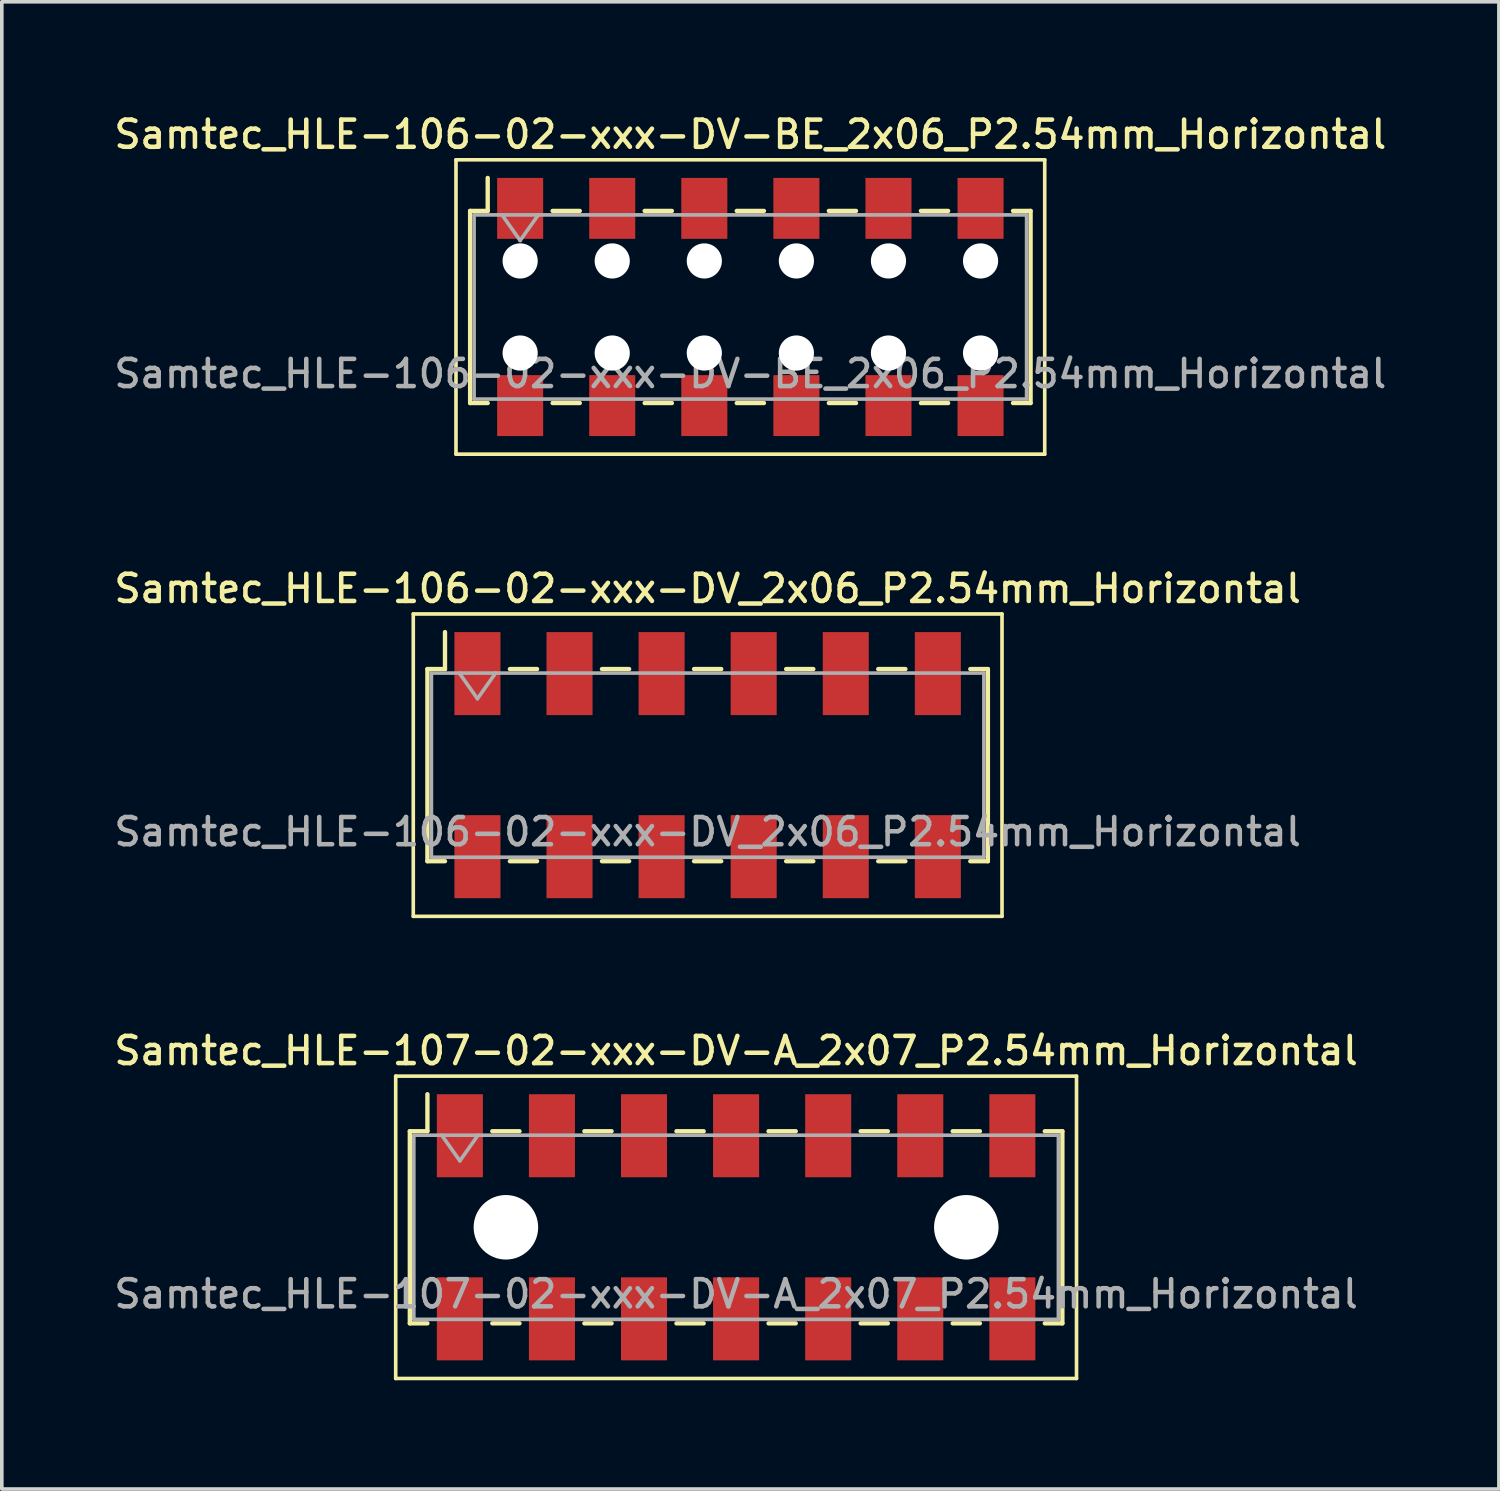
<source format=kicad_pcb>
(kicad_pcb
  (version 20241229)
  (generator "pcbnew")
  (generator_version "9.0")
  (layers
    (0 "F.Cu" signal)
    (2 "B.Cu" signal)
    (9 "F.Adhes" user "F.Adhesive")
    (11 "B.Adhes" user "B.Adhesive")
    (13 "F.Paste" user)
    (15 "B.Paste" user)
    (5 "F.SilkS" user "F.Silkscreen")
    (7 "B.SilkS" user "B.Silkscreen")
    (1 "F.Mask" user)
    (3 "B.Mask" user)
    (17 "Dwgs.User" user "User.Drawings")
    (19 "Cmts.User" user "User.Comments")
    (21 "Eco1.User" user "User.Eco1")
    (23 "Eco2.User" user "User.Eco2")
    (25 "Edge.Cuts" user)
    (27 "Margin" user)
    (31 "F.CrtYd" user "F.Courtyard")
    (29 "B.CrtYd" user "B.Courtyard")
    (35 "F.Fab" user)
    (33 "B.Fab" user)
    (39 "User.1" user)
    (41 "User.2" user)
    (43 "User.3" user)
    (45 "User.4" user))
  (footprint "Samtec_HLE-106-02-xxx-DV-BE_2x06_P2.54mm_Horizontal"
    (layer "F.Cu")
    (at 17.648 5.418)
    (property "Reference" "Samtec_HLE-106-02-xxx-DV-BE_2x06_P2.54mm_Horizontal" (at 0 -4.76 0) (layer "F.SilkS") (effects (font (size 0.75 0.75) (thickness 0.125))))
    (attr smd)
    (fp_line (start -8.12 -4.06) (end 8.12 -4.06) (stroke (width 0.1) (type solid)) (layer "F.SilkS"))
    (fp_line (start -8.12 4.06) (end -8.12 -4.06) (stroke (width 0.1) (type solid)) (layer "F.SilkS"))
    (fp_line (start -7.73 -2.65) (end -7.73 2.65) (stroke (width 0.12) (type solid)) (layer "F.SilkS"))
    (fp_line (start -7.73 2.65) (end -7.245 2.65) (stroke (width 0.12) (type solid)) (layer "F.SilkS"))
    (fp_line (start -7.245 -3.56) (end -7.245 -2.65) (stroke (width 0.12) (type solid)) (layer "F.SilkS"))
    (fp_line (start -7.245 -2.65) (end -7.73 -2.65) (stroke (width 0.12) (type solid)) (layer "F.SilkS"))
    (fp_line (start -5.455 -2.65) (end -4.705 -2.65) (stroke (width 0.12) (type solid)) (layer "F.SilkS"))
    (fp_line (start -5.455 2.65) (end -4.705 2.65) (stroke (width 0.12) (type solid)) (layer "F.SilkS"))
    (fp_line (start -2.915 -2.65) (end -2.165 -2.65) (stroke (width 0.12) (type solid)) (layer "F.SilkS"))
    (fp_line (start -2.915 2.65) (end -2.165 2.65) (stroke (width 0.12) (type solid)) (layer "F.SilkS"))
    (fp_line (start -0.375 -2.65) (end 0.375 -2.65) (stroke (width 0.12) (type solid)) (layer "F.SilkS"))
    (fp_line (start -0.375 2.65) (end 0.375 2.65) (stroke (width 0.12) (type solid)) (layer "F.SilkS"))
    (fp_line (start 2.165 -2.65) (end 2.915 -2.65) (stroke (width 0.12) (type solid)) (layer "F.SilkS"))
    (fp_line (start 2.165 2.65) (end 2.915 2.65) (stroke (width 0.12) (type solid)) (layer "F.SilkS"))
    (fp_line (start 4.705 -2.65) (end 5.455 -2.65) (stroke (width 0.12) (type solid)) (layer "F.SilkS"))
    (fp_line (start 4.705 2.65) (end 5.455 2.65) (stroke (width 0.12) (type solid)) (layer "F.SilkS"))
    (fp_line (start 7.245 -2.65) (end 7.73 -2.65) (stroke (width 0.12) (type solid)) (layer "F.SilkS"))
    (fp_line (start 7.73 -2.65) (end 7.73 2.65) (stroke (width 0.12) (type solid)) (layer "F.SilkS"))
    (fp_line (start 7.73 2.65) (end 7.245 2.65) (stroke (width 0.12) (type solid)) (layer "F.SilkS"))
    (fp_line (start 8.12 -4.06) (end 8.12 4.06) (stroke (width 0.1) (type solid)) (layer "F.SilkS"))
    (fp_line (start 8.12 4.06) (end -8.12 4.06) (stroke (width 0.1) (type solid)) (layer "F.SilkS"))
    (fp_line (start -7.62 -2.54) (end 7.62 -2.54) (stroke (width 0.1) (type solid)) (layer "F.Fab"))
    (fp_line (start -7.62 2.54) (end -7.62 -2.54) (stroke (width 0.1) (type solid)) (layer "F.Fab"))
    (fp_line (start -6.85 -2.54) (end -6.35 -1.833) (stroke (width 0.1) (type solid)) (layer "F.Fab"))
    (fp_line (start -6.35 -1.833) (end -5.85 -2.54) (stroke (width 0.1) (type solid)) (layer "F.Fab"))
    (fp_line (start 7.62 -2.54) (end 7.62 2.54) (stroke (width 0.1) (type solid)) (layer "F.Fab"))
    (fp_line (start 7.62 2.54) (end -7.62 2.54) (stroke (width 0.1) (type solid)) (layer "F.Fab"))
    (fp_text user "${REFERENCE}" (at 0 1.84 0) (layer "F.Fab") (effects (font (size 0.75 0.75) (thickness 0.125))))
    (pad "" np_thru_hole circle (at -6.35 -1.27) (size 0.97 0.97) (drill 0.97) (layers "*.Cu" "*.Mask"))
    (pad "" np_thru_hole circle (at -6.35 1.27) (size 0.97 0.97) (drill 0.97) (layers "*.Cu" "*.Mask"))
    (pad "" np_thru_hole circle (at -3.81 -1.27) (size 0.97 0.97) (drill 0.97) (layers "*.Cu" "*.Mask"))
    (pad "" np_thru_hole circle (at -3.81 1.27) (size 0.97 0.97) (drill 0.97) (layers "*.Cu" "*.Mask"))
    (pad "" np_thru_hole circle (at -1.27 -1.27) (size 0.97 0.97) (drill 0.97) (layers "*.Cu" "*.Mask"))
    (pad "" np_thru_hole circle (at -1.27 1.27) (size 0.97 0.97) (drill 0.97) (layers "*.Cu" "*.Mask"))
    (pad "" np_thru_hole circle (at 1.27 -1.27) (size 0.97 0.97) (drill 0.97) (layers "*.Cu" "*.Mask"))
    (pad "" np_thru_hole circle (at 1.27 1.27) (size 0.97 0.97) (drill 0.97) (layers "*.Cu" "*.Mask"))
    (pad "" np_thru_hole circle (at 3.81 -1.27) (size 0.97 0.97) (drill 0.97) (layers "*.Cu" "*.Mask"))
    (pad "" np_thru_hole circle (at 3.81 1.27) (size 0.97 0.97) (drill 0.97) (layers "*.Cu" "*.Mask"))
    (pad "" np_thru_hole circle (at 6.35 -1.27) (size 0.97 0.97) (drill 0.97) (layers "*.Cu" "*.Mask"))
    (pad "" np_thru_hole circle (at 6.35 1.27) (size 0.97 0.97) (drill 0.97) (layers "*.Cu" "*.Mask"))
    (pad "1" smd rect (at -6.35 -2.72) (size 1.27 1.68) (layers "F.Cu" "F.Mask" "F.Paste"))
    (pad "2" smd rect (at -6.35 2.72) (size 1.27 1.68) (layers "F.Cu" "F.Mask" "F.Paste"))
    (pad "3" smd rect (at -3.81 -2.72) (size 1.27 1.68) (layers "F.Cu" "F.Mask" "F.Paste"))
    (pad "4" smd rect (at -3.81 2.72) (size 1.27 1.68) (layers "F.Cu" "F.Mask" "F.Paste"))
    (pad "5" smd rect (at -1.27 -2.72) (size 1.27 1.68) (layers "F.Cu" "F.Mask" "F.Paste"))
    (pad "6" smd rect (at -1.27 2.72) (size 1.27 1.68) (layers "F.Cu" "F.Mask" "F.Paste"))
    (pad "7" smd rect (at 1.27 -2.72) (size 1.27 1.68) (layers "F.Cu" "F.Mask" "F.Paste"))
    (pad "8" smd rect (at 1.27 2.72) (size 1.27 1.68) (layers "F.Cu" "F.Mask" "F.Paste"))
    (pad "9" smd rect (at 3.81 -2.72) (size 1.27 1.68) (layers "F.Cu" "F.Mask" "F.Paste"))
    (pad "10" smd rect (at 3.81 2.72) (size 1.27 1.68) (layers "F.Cu" "F.Mask" "F.Paste"))
    (pad "11" smd rect (at 6.35 -2.72) (size 1.27 1.68) (layers "F.Cu" "F.Mask" "F.Paste"))
    (pad "12" smd rect (at 6.35 2.72) (size 1.27 1.68) (layers "F.Cu" "F.Mask" "F.Paste")))
  (footprint "Samtec_HLE-107-02-xxx-DV-A_2x07_P2.54mm_Horizontal"
    (layer "F.Cu")
    (at 17.255 30.804)
    (property "Reference" "Samtec_HLE-107-02-xxx-DV-A_2x07_P2.54mm_Horizontal" (at 0 -4.87 0) (layer "F.SilkS") (effects (font (size 0.75 0.75) (thickness 0.125))))
    (attr smd)
    (fp_line (start -9.39 -4.17) (end 9.39 -4.17) (stroke (width 0.1) (type solid)) (layer "F.SilkS"))
    (fp_line (start -9.39 4.17) (end -9.39 -4.17) (stroke (width 0.1) (type solid)) (layer "F.SilkS"))
    (fp_line (start -9 -2.65) (end -9 2.65) (stroke (width 0.12) (type solid)) (layer "F.SilkS"))
    (fp_line (start -9 2.65) (end -8.515 2.65) (stroke (width 0.12) (type solid)) (layer "F.SilkS"))
    (fp_line (start -8.515 -3.67) (end -8.515 -2.65) (stroke (width 0.12) (type solid)) (layer "F.SilkS"))
    (fp_line (start -8.515 -2.65) (end -9 -2.65) (stroke (width 0.12) (type solid)) (layer "F.SilkS"))
    (fp_line (start -6.725 -2.65) (end -5.975 -2.65) (stroke (width 0.12) (type solid)) (layer "F.SilkS"))
    (fp_line (start -6.725 2.65) (end -5.975 2.65) (stroke (width 0.12) (type solid)) (layer "F.SilkS"))
    (fp_line (start -4.185 -2.65) (end -3.435 -2.65) (stroke (width 0.12) (type solid)) (layer "F.SilkS"))
    (fp_line (start -4.185 2.65) (end -3.435 2.65) (stroke (width 0.12) (type solid)) (layer "F.SilkS"))
    (fp_line (start -1.645 -2.65) (end -0.895 -2.65) (stroke (width 0.12) (type solid)) (layer "F.SilkS"))
    (fp_line (start -1.645 2.65) (end -0.895 2.65) (stroke (width 0.12) (type solid)) (layer "F.SilkS"))
    (fp_line (start 0.895 -2.65) (end 1.645 -2.65) (stroke (width 0.12) (type solid)) (layer "F.SilkS"))
    (fp_line (start 0.895 2.65) (end 1.645 2.65) (stroke (width 0.12) (type solid)) (layer "F.SilkS"))
    (fp_line (start 3.435 -2.65) (end 4.185 -2.65) (stroke (width 0.12) (type solid)) (layer "F.SilkS"))
    (fp_line (start 3.435 2.65) (end 4.185 2.65) (stroke (width 0.12) (type solid)) (layer "F.SilkS"))
    (fp_line (start 5.975 -2.65) (end 6.725 -2.65) (stroke (width 0.12) (type solid)) (layer "F.SilkS"))
    (fp_line (start 5.975 2.65) (end 6.725 2.65) (stroke (width 0.12) (type solid)) (layer "F.SilkS"))
    (fp_line (start 8.515 -2.65) (end 9 -2.65) (stroke (width 0.12) (type solid)) (layer "F.SilkS"))
    (fp_line (start 9 -2.65) (end 9 2.65) (stroke (width 0.12) (type solid)) (layer "F.SilkS"))
    (fp_line (start 9 2.65) (end 8.515 2.65) (stroke (width 0.12) (type solid)) (layer "F.SilkS"))
    (fp_line (start 9.39 -4.17) (end 9.39 4.17) (stroke (width 0.1) (type solid)) (layer "F.SilkS"))
    (fp_line (start 9.39 4.17) (end -9.39 4.17) (stroke (width 0.1) (type solid)) (layer "F.SilkS"))
    (fp_line (start -8.89 -2.54) (end 8.89 -2.54) (stroke (width 0.1) (type solid)) (layer "F.Fab"))
    (fp_line (start -8.89 2.54) (end -8.89 -2.54) (stroke (width 0.1) (type solid)) (layer "F.Fab"))
    (fp_line (start -8.12 -2.54) (end -7.62 -1.833) (stroke (width 0.1) (type solid)) (layer "F.Fab"))
    (fp_line (start -7.62 -1.833) (end -7.12 -2.54) (stroke (width 0.1) (type solid)) (layer "F.Fab"))
    (fp_line (start 8.89 -2.54) (end 8.89 2.54) (stroke (width 0.1) (type solid)) (layer "F.Fab"))
    (fp_line (start 8.89 2.54) (end -8.89 2.54) (stroke (width 0.1) (type solid)) (layer "F.Fab"))
    (fp_text user "${REFERENCE}" (at 0 1.84 0) (layer "F.Fab") (effects (font (size 0.75 0.75) (thickness 0.125))))
    (pad "" np_thru_hole circle (at -6.35 0) (size 1.78 1.78) (drill 1.78) (layers "*.Cu" "*.Mask"))
    (pad "" np_thru_hole circle (at 6.35 0) (size 1.78 1.78) (drill 1.78) (layers "*.Cu" "*.Mask"))
    (pad "1" smd rect (at -7.62 -2.525) (size 1.27 2.29) (layers "F.Cu" "F.Mask" "F.Paste"))
    (pad "2" smd rect (at -7.62 2.525) (size 1.27 2.29) (layers "F.Cu" "F.Mask" "F.Paste"))
    (pad "3" smd rect (at -5.08 -2.525) (size 1.27 2.29) (layers "F.Cu" "F.Mask" "F.Paste"))
    (pad "4" smd rect (at -5.08 2.525) (size 1.27 2.29) (layers "F.Cu" "F.Mask" "F.Paste"))
    (pad "5" smd rect (at -2.54 -2.525) (size 1.27 2.29) (layers "F.Cu" "F.Mask" "F.Paste"))
    (pad "6" smd rect (at -2.54 2.525) (size 1.27 2.29) (layers "F.Cu" "F.Mask" "F.Paste"))
    (pad "7" smd rect (at 0 -2.525) (size 1.27 2.29) (layers "F.Cu" "F.Mask" "F.Paste"))
    (pad "8" smd rect (at 0 2.525) (size 1.27 2.29) (layers "F.Cu" "F.Mask" "F.Paste"))
    (pad "9" smd rect (at 2.54 -2.525) (size 1.27 2.29) (layers "F.Cu" "F.Mask" "F.Paste"))
    (pad "10" smd rect (at 2.54 2.525) (size 1.27 2.29) (layers "F.Cu" "F.Mask" "F.Paste"))
    (pad "11" smd rect (at 5.08 -2.525) (size 1.27 2.29) (layers "F.Cu" "F.Mask" "F.Paste"))
    (pad "12" smd rect (at 5.08 2.525) (size 1.27 2.29) (layers "F.Cu" "F.Mask" "F.Paste"))
    (pad "13" smd rect (at 7.62 -2.525) (size 1.27 2.29) (layers "F.Cu" "F.Mask" "F.Paste"))
    (pad "14" smd rect (at 7.62 2.525) (size 1.27 2.29) (layers "F.Cu" "F.Mask" "F.Paste")))
  (footprint "Samtec_HLE-106-02-xxx-DV_2x06_P2.54mm_Horizontal"
    (layer "F.Cu")
    (at 16.47 18.056)
    (property "Reference" "Samtec_HLE-106-02-xxx-DV_2x06_P2.54mm_Horizontal" (at 0 -4.87 0) (layer "F.SilkS") (effects (font (size 0.75 0.75) (thickness 0.125))))
    (attr smd)
    (fp_line (start -8.12 -4.17) (end 8.12 -4.17) (stroke (width 0.1) (type solid)) (layer "F.SilkS"))
    (fp_line (start -8.12 4.17) (end -8.12 -4.17) (stroke (width 0.1) (type solid)) (layer "F.SilkS"))
    (fp_line (start -7.73 -2.65) (end -7.73 2.65) (stroke (width 0.12) (type solid)) (layer "F.SilkS"))
    (fp_line (start -7.73 2.65) (end -7.245 2.65) (stroke (width 0.12) (type solid)) (layer "F.SilkS"))
    (fp_line (start -7.245 -3.67) (end -7.245 -2.65) (stroke (width 0.12) (type solid)) (layer "F.SilkS"))
    (fp_line (start -7.245 -2.65) (end -7.73 -2.65) (stroke (width 0.12) (type solid)) (layer "F.SilkS"))
    (fp_line (start -5.455 -2.65) (end -4.705 -2.65) (stroke (width 0.12) (type solid)) (layer "F.SilkS"))
    (fp_line (start -5.455 2.65) (end -4.705 2.65) (stroke (width 0.12) (type solid)) (layer "F.SilkS"))
    (fp_line (start -2.915 -2.65) (end -2.165 -2.65) (stroke (width 0.12) (type solid)) (layer "F.SilkS"))
    (fp_line (start -2.915 2.65) (end -2.165 2.65) (stroke (width 0.12) (type solid)) (layer "F.SilkS"))
    (fp_line (start -0.375 -2.65) (end 0.375 -2.65) (stroke (width 0.12) (type solid)) (layer "F.SilkS"))
    (fp_line (start -0.375 2.65) (end 0.375 2.65) (stroke (width 0.12) (type solid)) (layer "F.SilkS"))
    (fp_line (start 2.165 -2.65) (end 2.915 -2.65) (stroke (width 0.12) (type solid)) (layer "F.SilkS"))
    (fp_line (start 2.165 2.65) (end 2.915 2.65) (stroke (width 0.12) (type solid)) (layer "F.SilkS"))
    (fp_line (start 4.705 -2.65) (end 5.455 -2.65) (stroke (width 0.12) (type solid)) (layer "F.SilkS"))
    (fp_line (start 4.705 2.65) (end 5.455 2.65) (stroke (width 0.12) (type solid)) (layer "F.SilkS"))
    (fp_line (start 7.245 -2.65) (end 7.73 -2.65) (stroke (width 0.12) (type solid)) (layer "F.SilkS"))
    (fp_line (start 7.73 -2.65) (end 7.73 2.65) (stroke (width 0.12) (type solid)) (layer "F.SilkS"))
    (fp_line (start 7.73 2.65) (end 7.245 2.65) (stroke (width 0.12) (type solid)) (layer "F.SilkS"))
    (fp_line (start 8.12 -4.17) (end 8.12 4.17) (stroke (width 0.1) (type solid)) (layer "F.SilkS"))
    (fp_line (start 8.12 4.17) (end -8.12 4.17) (stroke (width 0.1) (type solid)) (layer "F.SilkS"))
    (fp_line (start -7.62 -2.54) (end 7.62 -2.54) (stroke (width 0.1) (type solid)) (layer "F.Fab"))
    (fp_line (start -7.62 2.54) (end -7.62 -2.54) (stroke (width 0.1) (type solid)) (layer "F.Fab"))
    (fp_line (start -6.85 -2.54) (end -6.35 -1.833) (stroke (width 0.1) (type solid)) (layer "F.Fab"))
    (fp_line (start -6.35 -1.833) (end -5.85 -2.54) (stroke (width 0.1) (type solid)) (layer "F.Fab"))
    (fp_line (start 7.62 -2.54) (end 7.62 2.54) (stroke (width 0.1) (type solid)) (layer "F.Fab"))
    (fp_line (start 7.62 2.54) (end -7.62 2.54) (stroke (width 0.1) (type solid)) (layer "F.Fab"))
    (fp_text user "${REFERENCE}" (at 0 1.84 0) (layer "F.Fab") (effects (font (size 0.75 0.75) (thickness 0.125))))
    (pad "1" smd rect (at -6.35 -2.525) (size 1.27 2.29) (layers "F.Cu" "F.Mask" "F.Paste"))
    (pad "2" smd rect (at -6.35 2.525) (size 1.27 2.29) (layers "F.Cu" "F.Mask" "F.Paste"))
    (pad "3" smd rect (at -3.81 -2.525) (size 1.27 2.29) (layers "F.Cu" "F.Mask" "F.Paste"))
    (pad "4" smd rect (at -3.81 2.525) (size 1.27 2.29) (layers "F.Cu" "F.Mask" "F.Paste"))
    (pad "5" smd rect (at -1.27 -2.525) (size 1.27 2.29) (layers "F.Cu" "F.Mask" "F.Paste"))
    (pad "6" smd rect (at -1.27 2.525) (size 1.27 2.29) (layers "F.Cu" "F.Mask" "F.Paste"))
    (pad "7" smd rect (at 1.27 -2.525) (size 1.27 2.29) (layers "F.Cu" "F.Mask" "F.Paste"))
    (pad "8" smd rect (at 1.27 2.525) (size 1.27 2.29) (layers "F.Cu" "F.Mask" "F.Paste"))
    (pad "9" smd rect (at 3.81 -2.525) (size 1.27 2.29) (layers "F.Cu" "F.Mask" "F.Paste"))
    (pad "10" smd rect (at 3.81 2.525) (size 1.27 2.29) (layers "F.Cu" "F.Mask" "F.Paste"))
    (pad "11" smd rect (at 6.35 -2.525) (size 1.27 2.29) (layers "F.Cu" "F.Mask" "F.Paste"))
    (pad "12" smd rect (at 6.35 2.525) (size 1.27 2.29) (layers "F.Cu" "F.Mask" "F.Paste")))
  (gr_rect
    (start -3 -3)
    (end 38.296 38.024)
    (stroke (width 0.1) (type default))
    (fill no)
    (layer "Edge.Cuts")))
</source>
